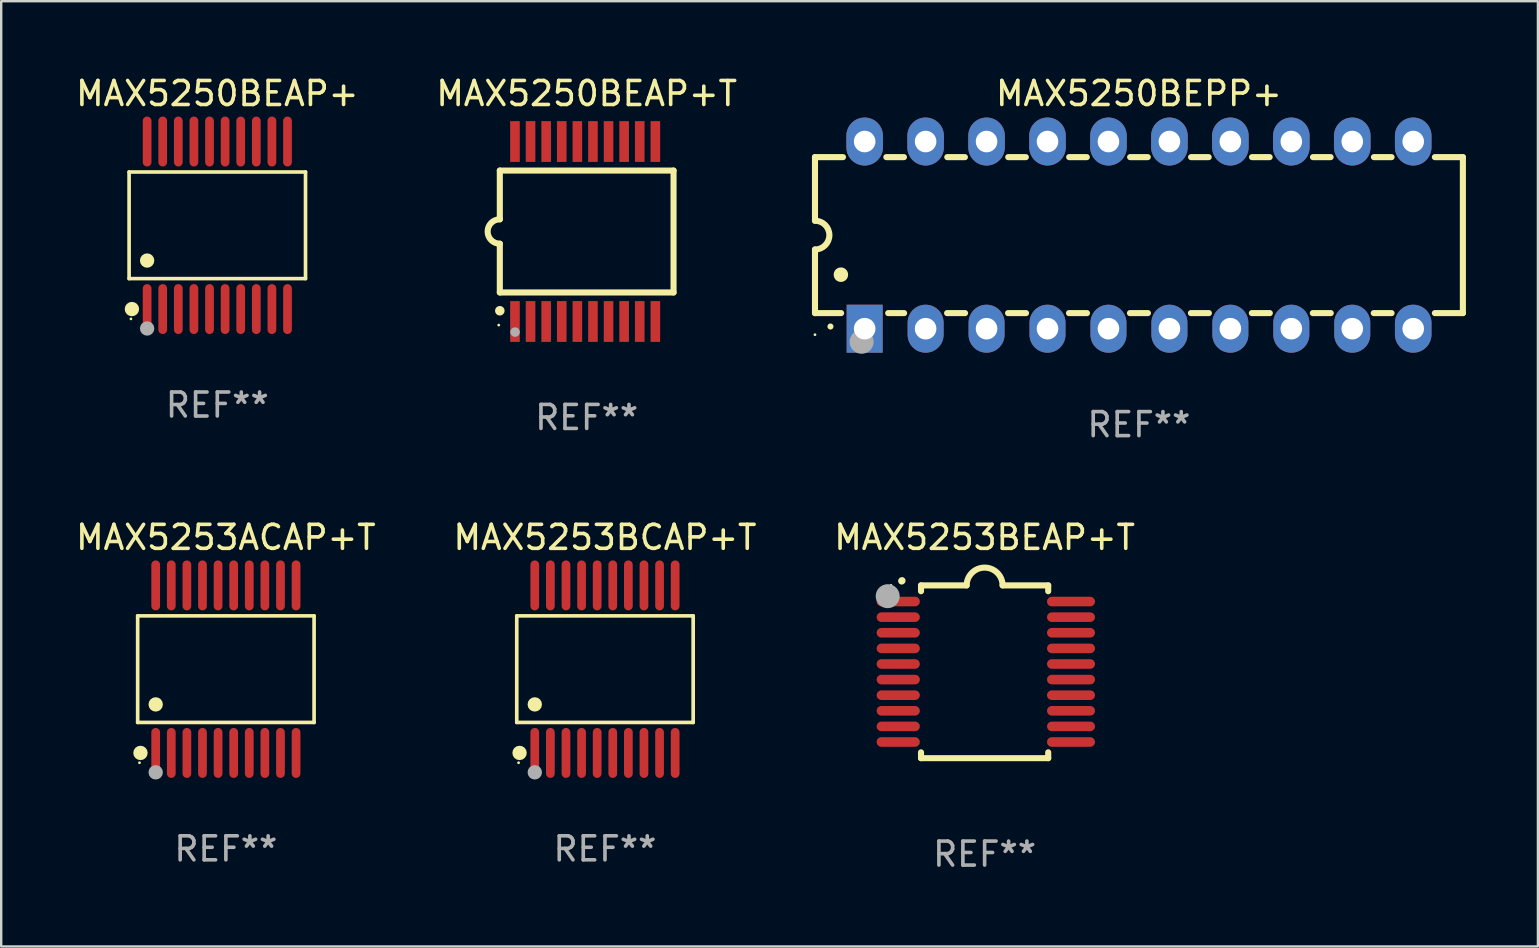
<source format=kicad_pcb>
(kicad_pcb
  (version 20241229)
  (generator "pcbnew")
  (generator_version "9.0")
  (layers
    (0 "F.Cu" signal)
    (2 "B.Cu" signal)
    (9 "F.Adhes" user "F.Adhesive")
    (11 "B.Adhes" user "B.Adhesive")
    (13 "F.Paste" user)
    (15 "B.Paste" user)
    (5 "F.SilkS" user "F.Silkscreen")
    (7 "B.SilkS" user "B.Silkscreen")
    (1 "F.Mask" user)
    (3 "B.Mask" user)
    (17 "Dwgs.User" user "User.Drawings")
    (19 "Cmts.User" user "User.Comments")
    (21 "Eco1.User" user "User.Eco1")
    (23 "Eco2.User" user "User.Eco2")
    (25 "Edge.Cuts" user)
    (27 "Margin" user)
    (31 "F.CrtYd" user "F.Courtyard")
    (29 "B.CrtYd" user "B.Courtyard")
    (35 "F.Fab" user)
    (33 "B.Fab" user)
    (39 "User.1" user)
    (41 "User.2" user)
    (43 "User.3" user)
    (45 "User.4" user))
  (footprint "MAX5253ACAP+T"
    (layer "F.Cu")
    (at 6.363 24.836)
    (property "Reference" "MAX5253ACAP+T" (at 0 -5.491 0) (layer "F.SilkS") (effects (font (size 1 1) (thickness 0.15))))
    (attr through_hole)
    (fp_line (start -3.676 -2.221) (end 3.676 -2.221) (stroke (width 0.152) (type solid)) (layer "F.SilkS"))
    (fp_line (start -3.676 2.221) (end -3.676 -2.221) (stroke (width 0.152) (type solid)) (layer "F.SilkS"))
    (fp_line (start 3.676 -2.221) (end 3.676 2.221) (stroke (width 0.152) (type solid)) (layer "F.SilkS"))
    (fp_line (start 3.676 2.221) (end -3.676 2.221) (stroke (width 0.152) (type solid)) (layer "F.SilkS"))
    (fp_circle (center -3.6 3.9) (end -3.57 3.9) (stroke (width 0.06) (type solid)) (fill no) (layer "F.SilkS"))
    (fp_circle (center -3.559 3.491) (end -3.409 3.491) (stroke (width 0.3) (type solid)) (fill no) (layer "F.SilkS"))
    (fp_circle (center -2.925 1.469) (end -2.775 1.469) (stroke (width 0.3) (type solid)) (fill no) (layer "F.SilkS"))
    (fp_circle (center -2.925 4.3) (end -2.775 4.3) (stroke (width 0.3) (type solid)) (fill no) (layer "F.Fab"))
    (fp_text user "REF**" (at 0 7.491 0) (layer "F.Fab") (effects (font (size 1 1) (thickness 0.15))))
    (pad "1" smd oval (at -2.925 3.491) (size 0.364 2.082) (layers "F.Cu" "F.Mask" "F.Paste"))
    (pad "2" smd oval (at -2.275 3.491) (size 0.364 2.082) (layers "F.Cu" "F.Mask" "F.Paste"))
    (pad "3" smd oval (at -1.625 3.491) (size 0.364 2.082) (layers "F.Cu" "F.Mask" "F.Paste"))
    (pad "4" smd oval (at -0.975 3.491) (size 0.364 2.082) (layers "F.Cu" "F.Mask" "F.Paste"))
    (pad "5" smd oval (at -0.325 3.491) (size 0.364 2.082) (layers "F.Cu" "F.Mask" "F.Paste"))
    (pad "6" smd oval (at 0.325 3.491) (size 0.364 2.082) (layers "F.Cu" "F.Mask" "F.Paste"))
    (pad "7" smd oval (at 0.975 3.491) (size 0.364 2.082) (layers "F.Cu" "F.Mask" "F.Paste"))
    (pad "8" smd oval (at 1.625 3.491) (size 0.364 2.082) (layers "F.Cu" "F.Mask" "F.Paste"))
    (pad "9" smd oval (at 2.275 3.491) (size 0.364 2.082) (layers "F.Cu" "F.Mask" "F.Paste"))
    (pad "10" smd oval (at 2.925 3.491) (size 0.364 2.082) (layers "F.Cu" "F.Mask" "F.Paste"))
    (pad "11" smd oval (at 2.925 -3.491) (size 0.364 2.082) (layers "F.Cu" "F.Mask" "F.Paste"))
    (pad "12" smd oval (at 2.275 -3.491) (size 0.364 2.082) (layers "F.Cu" "F.Mask" "F.Paste"))
    (pad "13" smd oval (at 1.625 -3.491) (size 0.364 2.082) (layers "F.Cu" "F.Mask" "F.Paste"))
    (pad "14" smd oval (at 0.975 -3.491) (size 0.364 2.082) (layers "F.Cu" "F.Mask" "F.Paste"))
    (pad "15" smd oval (at 0.325 -3.491) (size 0.364 2.082) (layers "F.Cu" "F.Mask" "F.Paste"))
    (pad "16" smd oval (at -0.325 -3.491) (size 0.364 2.082) (layers "F.Cu" "F.Mask" "F.Paste"))
    (pad "17" smd oval (at -0.975 -3.491) (size 0.364 2.082) (layers "F.Cu" "F.Mask" "F.Paste"))
    (pad "18" smd oval (at -1.625 -3.491) (size 0.364 2.082) (layers "F.Cu" "F.Mask" "F.Paste"))
    (pad "19" smd oval (at -2.275 -3.491) (size 0.364 2.082) (layers "F.Cu" "F.Mask" "F.Paste"))
    (pad "20" smd oval (at -2.925 -3.491) (size 0.364 2.082) (layers "F.Cu" "F.Mask" "F.Paste")))
  (footprint "MAX5250BEPP+"
    (layer "F.Cu")
    (at 44.413 6.748)
    (property "Reference" "MAX5250BEPP+" (at 0 -5.9 0) (layer "F.SilkS") (effects (font (size 1 1) (thickness 0.15))))
    (attr through_hole)
    (fp_line (start -13.5 -3.25) (end -12.333 -3.25) (stroke (width 0.254) (type solid)) (layer "F.SilkS"))
    (fp_line (start -13.5 -0.6) (end -13.5 -3.25) (stroke (width 0.254) (type solid)) (layer "F.SilkS"))
    (fp_line (start -13.5 3.25) (end -13.5 0.6) (stroke (width 0.254) (type solid)) (layer "F.SilkS"))
    (fp_line (start -13.5 3.25) (end -12.411 3.25) (stroke (width 0.254) (type solid)) (layer "F.SilkS"))
    (fp_line (start -10.527 -3.25) (end -9.793 -3.25) (stroke (width 0.254) (type solid)) (layer "F.SilkS"))
    (fp_line (start -10.449 3.25) (end -9.786 3.25) (stroke (width 0.254) (type solid)) (layer "F.SilkS"))
    (fp_line (start -7.994 3.25) (end -7.246 3.25) (stroke (width 0.254) (type solid)) (layer "F.SilkS"))
    (fp_line (start -7.987 -3.25) (end -7.253 -3.25) (stroke (width 0.254) (type solid)) (layer "F.SilkS"))
    (fp_line (start -5.454 3.25) (end -4.706 3.25) (stroke (width 0.254) (type solid)) (layer "F.SilkS"))
    (fp_line (start -5.447 -3.25) (end -4.713 -3.25) (stroke (width 0.254) (type solid)) (layer "F.SilkS"))
    (fp_line (start -2.914 3.25) (end -2.166 3.25) (stroke (width 0.254) (type solid)) (layer "F.SilkS"))
    (fp_line (start -2.907 -3.25) (end -2.173 -3.25) (stroke (width 0.254) (type solid)) (layer "F.SilkS"))
    (fp_line (start -0.374 3.25) (end 0.374 3.25) (stroke (width 0.254) (type solid)) (layer "F.SilkS"))
    (fp_line (start -0.367 -3.25) (end 0.367 -3.25) (stroke (width 0.254) (type solid)) (layer "F.SilkS"))
    (fp_line (start 2.166 3.25) (end 2.914 3.25) (stroke (width 0.254) (type solid)) (layer "F.SilkS"))
    (fp_line (start 2.173 -3.25) (end 2.907 -3.25) (stroke (width 0.254) (type solid)) (layer "F.SilkS"))
    (fp_line (start 4.706 3.25) (end 5.454 3.25) (stroke (width 0.254) (type solid)) (layer "F.SilkS"))
    (fp_line (start 4.713 -3.25) (end 5.447 -3.25) (stroke (width 0.254) (type solid)) (layer "F.SilkS"))
    (fp_line (start 7.246 3.25) (end 7.994 3.25) (stroke (width 0.254) (type solid)) (layer "F.SilkS"))
    (fp_line (start 7.253 -3.25) (end 7.987 -3.25) (stroke (width 0.254) (type solid)) (layer "F.SilkS"))
    (fp_line (start 9.786 3.25) (end 10.527 3.25) (stroke (width 0.254) (type solid)) (layer "F.SilkS"))
    (fp_line (start 9.793 -3.25) (end 10.527 -3.25) (stroke (width 0.254) (type solid)) (layer "F.SilkS"))
    (fp_line (start 12.333 -3.25) (end 13.5 -3.25) (stroke (width 0.254) (type solid)) (layer "F.SilkS"))
    (fp_line (start 12.333 3.25) (end 13.5 3.25) (stroke (width 0.254) (type solid)) (layer "F.SilkS"))
    (fp_line (start 13.5 -3.25) (end 13.5 3.25) (stroke (width 0.254) (type solid)) (layer "F.SilkS"))
    (fp_arc (start -13.500127 -0.599442) (mid -12.900406 0.000228) (end -13.500025 0.6) (stroke (width 0.254001) (type solid)) (layer "F.SilkS"))
    (fp_arc (start -12.854966 3.810008) (mid -12.854973 3.808738) (end -12.854966 3.807468) (stroke (width 0.25) (type solid)) (layer "F.SilkS"))
    (fp_arc (start -12.420625 1.651003) (mid -12.420636 1.648463) (end -12.420625 1.645923) (stroke (width 0.6) (type solid)) (layer "F.SilkS"))
    (fp_circle (center -13.5 4.15) (end -13.47 4.15) (stroke (width 0.06) (type solid)) (fill no) (layer "F.SilkS"))
    (fp_circle (center -11.557 4.445) (end -11.307 4.445) (stroke (width 0.5) (type solid)) (fill no) (layer "F.Fab"))
    (fp_text user "REF**" (at 0 7.9 0) (layer "F.Fab") (effects (font (size 1 1) (thickness 0.15))))
    (pad "1" thru_hole rect (at -11.43 3.9 90) (size 2 1.5) (drill 0.9) (layers "*.Cu" "*.Mask"))
    (pad "2" thru_hole oval (at -8.89 3.9 90) (size 2 1.5) (drill 0.9) (layers "*.Cu" "*.Mask"))
    (pad "3" thru_hole oval (at -6.35 3.9 90) (size 2 1.5) (drill 0.9) (layers "*.Cu" "*.Mask"))
    (pad "4" thru_hole oval (at -3.81 3.9 90) (size 2 1.5) (drill 0.9) (layers "*.Cu" "*.Mask"))
    (pad "5" thru_hole oval (at -1.27 3.9 90) (size 2 1.5) (drill 0.9) (layers "*.Cu" "*.Mask"))
    (pad "6" thru_hole oval (at 1.27 3.9 90) (size 2 1.5) (drill 0.9) (layers "*.Cu" "*.Mask"))
    (pad "7" thru_hole oval (at 3.81 3.9 90) (size 2 1.5) (drill 0.9) (layers "*.Cu" "*.Mask"))
    (pad "8" thru_hole oval (at 6.35 3.9 90) (size 2 1.5) (drill 0.9) (layers "*.Cu" "*.Mask"))
    (pad "9" thru_hole oval (at 8.89 3.9 90) (size 2 1.5) (drill 0.9) (layers "*.Cu" "*.Mask"))
    (pad "10" thru_hole oval (at 11.43 3.9 90) (size 2 1.524) (drill 0.9) (layers "*.Cu" "*.Mask"))
    (pad "11" thru_hole oval (at 11.43 -3.9 90) (size 2 1.524) (drill 0.9) (layers "*.Cu" "*.Mask"))
    (pad "12" thru_hole oval (at 8.89 -3.9 90) (size 2 1.524) (drill 0.9) (layers "*.Cu" "*.Mask"))
    (pad "13" thru_hole oval (at 6.35 -3.9 90) (size 2 1.524) (drill 0.9) (layers "*.Cu" "*.Mask"))
    (pad "14" thru_hole oval (at 3.81 -3.9 90) (size 2 1.524) (drill 0.9) (layers "*.Cu" "*.Mask"))
    (pad "15" thru_hole oval (at 1.27 -3.9 90) (size 2 1.524) (drill 0.9) (layers "*.Cu" "*.Mask"))
    (pad "16" thru_hole oval (at -1.27 -3.9 90) (size 2 1.524) (drill 0.9) (layers "*.Cu" "*.Mask"))
    (pad "17" thru_hole oval (at -3.81 -3.9 90) (size 2 1.524) (drill 0.9) (layers "*.Cu" "*.Mask"))
    (pad "18" thru_hole oval (at -6.35 -3.9 90) (size 2 1.524) (drill 0.9) (layers "*.Cu" "*.Mask"))
    (pad "19" thru_hole oval (at -8.89 -3.9 90) (size 2 1.524) (drill 0.9) (layers "*.Cu" "*.Mask"))
    (pad "20" thru_hole oval (at -11.43 -3.9 90) (size 2 1.524) (drill 0.9) (layers "*.Cu" "*.Mask")))
  (footprint "MAX5253BCAP+T"
    (layer "F.Cu")
    (at 22.161 24.836)
    (property "Reference" "MAX5253BCAP+T" (at 0 -5.491 0) (layer "F.SilkS") (effects (font (size 1 1) (thickness 0.15))))
    (attr through_hole)
    (fp_line (start -3.676 -2.221) (end 3.676 -2.221) (stroke (width 0.152) (type solid)) (layer "F.SilkS"))
    (fp_line (start -3.676 2.221) (end -3.676 -2.221) (stroke (width 0.152) (type solid)) (layer "F.SilkS"))
    (fp_line (start 3.676 -2.221) (end 3.676 2.221) (stroke (width 0.152) (type solid)) (layer "F.SilkS"))
    (fp_line (start 3.676 2.221) (end -3.676 2.221) (stroke (width 0.152) (type solid)) (layer "F.SilkS"))
    (fp_circle (center -3.6 3.9) (end -3.57 3.9) (stroke (width 0.06) (type solid)) (fill no) (layer "F.SilkS"))
    (fp_circle (center -3.559 3.491) (end -3.409 3.491) (stroke (width 0.3) (type solid)) (fill no) (layer "F.SilkS"))
    (fp_circle (center -2.925 1.469) (end -2.775 1.469) (stroke (width 0.3) (type solid)) (fill no) (layer "F.SilkS"))
    (fp_circle (center -2.925 4.3) (end -2.775 4.3) (stroke (width 0.3) (type solid)) (fill no) (layer "F.Fab"))
    (fp_text user "REF**" (at 0 7.491 0) (layer "F.Fab") (effects (font (size 1 1) (thickness 0.15))))
    (pad "1" smd oval (at -2.925 3.491) (size 0.364 2.082) (layers "F.Cu" "F.Mask" "F.Paste"))
    (pad "2" smd oval (at -2.275 3.491) (size 0.364 2.082) (layers "F.Cu" "F.Mask" "F.Paste"))
    (pad "3" smd oval (at -1.625 3.491) (size 0.364 2.082) (layers "F.Cu" "F.Mask" "F.Paste"))
    (pad "4" smd oval (at -0.975 3.491) (size 0.364 2.082) (layers "F.Cu" "F.Mask" "F.Paste"))
    (pad "5" smd oval (at -0.325 3.491) (size 0.364 2.082) (layers "F.Cu" "F.Mask" "F.Paste"))
    (pad "6" smd oval (at 0.325 3.491) (size 0.364 2.082) (layers "F.Cu" "F.Mask" "F.Paste"))
    (pad "7" smd oval (at 0.975 3.491) (size 0.364 2.082) (layers "F.Cu" "F.Mask" "F.Paste"))
    (pad "8" smd oval (at 1.625 3.491) (size 0.364 2.082) (layers "F.Cu" "F.Mask" "F.Paste"))
    (pad "9" smd oval (at 2.275 3.491) (size 0.364 2.082) (layers "F.Cu" "F.Mask" "F.Paste"))
    (pad "10" smd oval (at 2.925 3.491) (size 0.364 2.082) (layers "F.Cu" "F.Mask" "F.Paste"))
    (pad "11" smd oval (at 2.925 -3.491) (size 0.364 2.082) (layers "F.Cu" "F.Mask" "F.Paste"))
    (pad "12" smd oval (at 2.275 -3.491) (size 0.364 2.082) (layers "F.Cu" "F.Mask" "F.Paste"))
    (pad "13" smd oval (at 1.625 -3.491) (size 0.364 2.082) (layers "F.Cu" "F.Mask" "F.Paste"))
    (pad "14" smd oval (at 0.975 -3.491) (size 0.364 2.082) (layers "F.Cu" "F.Mask" "F.Paste"))
    (pad "15" smd oval (at 0.325 -3.491) (size 0.364 2.082) (layers "F.Cu" "F.Mask" "F.Paste"))
    (pad "16" smd oval (at -0.325 -3.491) (size 0.364 2.082) (layers "F.Cu" "F.Mask" "F.Paste"))
    (pad "17" smd oval (at -0.975 -3.491) (size 0.364 2.082) (layers "F.Cu" "F.Mask" "F.Paste"))
    (pad "18" smd oval (at -1.625 -3.491) (size 0.364 2.082) (layers "F.Cu" "F.Mask" "F.Paste"))
    (pad "19" smd oval (at -2.275 -3.491) (size 0.364 2.082) (layers "F.Cu" "F.Mask" "F.Paste"))
    (pad "20" smd oval (at -2.925 -3.491) (size 0.364 2.082) (layers "F.Cu" "F.Mask" "F.Paste")))
  (footprint "MAX5253BEAP+T"
    (layer "F.Cu")
    (at 37.982 24.945)
    (property "Reference" "MAX5253BEAP+T" (at 0 -5.6 0) (layer "F.SilkS") (effects (font (size 1 1) (thickness 0.15))))
    (attr through_hole)
    (fp_line (start -2.65 -3.6) (end -2.65 -3.357) (stroke (width 0.254) (type solid)) (layer "F.SilkS"))
    (fp_line (start -2.65 -3.6) (end -0.75 -3.6) (stroke (width 0.254) (type solid)) (layer "F.SilkS"))
    (fp_line (start -2.65 3.357) (end -2.65 3.6) (stroke (width 0.254) (type solid)) (layer "F.SilkS"))
    (fp_line (start 2.65 -3.6) (end 0.75 -3.6) (stroke (width 0.254) (type solid)) (layer "F.SilkS"))
    (fp_line (start 2.65 -3.6) (end 2.65 -3.357) (stroke (width 0.254) (type solid)) (layer "F.SilkS"))
    (fp_line (start 2.65 3.357) (end 2.65 3.6) (stroke (width 0.254) (type solid)) (layer "F.SilkS"))
    (fp_line (start 2.65 3.6) (end -2.65 3.6) (stroke (width 0.254) (type solid)) (layer "F.SilkS"))
    (fp_arc (start -3.454407 -3.784608) (mid -3.449499 -3.78986) (end -3.444247 -3.794768) (stroke (width 0.3) (type solid)) (layer "F.SilkS"))
    (fp_arc (start -0.749301 -3.599186) (mid -0.000051 -4.348844) (end 0.750013 -3.6) (stroke (width 0.254001) (type solid)) (layer "F.SilkS"))
    (fp_circle (center -3.9 -3.6) (end -3.87 -3.6) (stroke (width 0.06) (type solid)) (fill no) (layer "F.SilkS"))
    (fp_circle (center -4.039 -3.15) (end -3.789 -3.15) (stroke (width 0.5) (type solid)) (fill no) (layer "F.Fab"))
    (fp_text user "REF**" (at 0 7.6 0) (layer "F.Fab") (effects (font (size 1 1) (thickness 0.15))))
    (pad "1" smd oval (at -3.6 -2.926 90) (size 0.4 1.8) (layers "F.Cu" "F.Mask" "F.Paste"))
    (pad "2" smd oval (at -3.6 -2.276 90) (size 0.4 1.8) (layers "F.Cu" "F.Mask" "F.Paste"))
    (pad "3" smd oval (at -3.6 -1.626 90) (size 0.4 1.8) (layers "F.Cu" "F.Mask" "F.Paste"))
    (pad "4" smd oval (at -3.6 -0.975 90) (size 0.4 1.8) (layers "F.Cu" "F.Mask" "F.Paste"))
    (pad "5" smd oval (at -3.6 -0.325 90) (size 0.4 1.8) (layers "F.Cu" "F.Mask" "F.Paste"))
    (pad "6" smd oval (at -3.6 0.325 90) (size 0.4 1.8) (layers "F.Cu" "F.Mask" "F.Paste"))
    (pad "7" smd oval (at -3.6 0.975 90) (size 0.4 1.8) (layers "F.Cu" "F.Mask" "F.Paste"))
    (pad "8" smd oval (at -3.6 1.626 90) (size 0.4 1.8) (layers "F.Cu" "F.Mask" "F.Paste"))
    (pad "9" smd oval (at -3.6 2.276 90) (size 0.4 1.8) (layers "F.Cu" "F.Mask" "F.Paste"))
    (pad "10" smd oval (at -3.6 2.926 90) (size 0.4 1.8) (layers "F.Cu" "F.Mask" "F.Paste"))
    (pad "11" smd oval (at 3.6 2.926 90) (size 0.4 2) (layers "F.Cu" "F.Mask" "F.Paste"))
    (pad "12" smd oval (at 3.6 2.276 90) (size 0.4 2) (layers "F.Cu" "F.Mask" "F.Paste"))
    (pad "13" smd oval (at 3.6 1.626 90) (size 0.4 2) (layers "F.Cu" "F.Mask" "F.Paste"))
    (pad "14" smd oval (at 3.6 0.975 90) (size 0.4 2) (layers "F.Cu" "F.Mask" "F.Paste"))
    (pad "15" smd oval (at 3.6 0.325 90) (size 0.4 2) (layers "F.Cu" "F.Mask" "F.Paste"))
    (pad "16" smd oval (at 3.6 -0.325 90) (size 0.4 2) (layers "F.Cu" "F.Mask" "F.Paste"))
    (pad "17" smd oval (at 3.6 -0.975 90) (size 0.4 2) (layers "F.Cu" "F.Mask" "F.Paste"))
    (pad "18" smd oval (at 3.6 -1.626 90) (size 0.4 2) (layers "F.Cu" "F.Mask" "F.Paste"))
    (pad "19" smd oval (at 3.6 -2.276 90) (size 0.4 2) (layers "F.Cu" "F.Mask" "F.Paste"))
    (pad "20" smd oval (at 3.6 -2.926 90) (size 0.4 2) (layers "F.Cu" "F.Mask" "F.Paste")))
  (footprint "MAX5250BEAP+T"
    (layer "F.Cu")
    (at 21.399 6.598)
    (property "Reference" "MAX5250BEAP+T" (at 0 -5.75 0) (layer "F.SilkS") (effects (font (size 1 1) (thickness 0.15))))
    (attr through_hole)
    (fp_line (start -3.62 -2.54) (end 3.62 -2.54) (stroke (width 0.254) (type solid)) (layer "F.SilkS"))
    (fp_line (start -3.62 -0.508) (end -3.62 -2.54) (stroke (width 0.254) (type solid)) (layer "F.SilkS"))
    (fp_line (start -3.62 2.54) (end -3.62 0.508) (stroke (width 0.254) (type solid)) (layer "F.SilkS"))
    (fp_line (start 3.62 -2.54) (end 3.62 2.54) (stroke (width 0.254) (type solid)) (layer "F.SilkS"))
    (fp_line (start 3.62 2.54) (end -3.62 2.54) (stroke (width 0.254) (type solid)) (layer "F.SilkS"))
    (fp_arc (start -3.619507 0.508052) (mid -4.125607 0.000051) (end -3.619507 -0.50795) (stroke (width 0.254001) (type solid)) (layer "F.SilkS"))
    (fp_circle (center -3.664 3.9) (end -3.634 3.9) (stroke (width 0.06) (type solid)) (fill no) (layer "F.SilkS"))
    (fp_circle (center -3.62 3.302) (end -3.52 3.302) (stroke (width 0.2) (type solid)) (fill no) (layer "F.SilkS"))
    (fp_circle (center -2.985 4.191) (end -2.885 4.191) (stroke (width 0.2) (type solid)) (fill no) (layer "F.Fab"))
    (fp_text user "REF**" (at 0 7.75 0) (layer "F.Fab") (effects (font (size 1 1) (thickness 0.15))))
    (pad "1" smd rect (at -2.989 3.75) (size 0.4 1.7) (layers "F.Cu" "F.Mask" "F.Paste"))
    (pad "2" smd rect (at -2.339 3.75) (size 0.4 1.7) (layers "F.Cu" "F.Mask" "F.Paste"))
    (pad "3" smd rect (at -1.689 3.75) (size 0.4 1.7) (layers "F.Cu" "F.Mask" "F.Paste"))
    (pad "4" smd rect (at -1.039 3.75) (size 0.4 1.7) (layers "F.Cu" "F.Mask" "F.Paste"))
    (pad "5" smd rect (at -0.389 3.75) (size 0.4 1.7) (layers "F.Cu" "F.Mask" "F.Paste"))
    (pad "6" smd rect (at 0.261 3.75) (size 0.4 1.7) (layers "F.Cu" "F.Mask" "F.Paste"))
    (pad "7" smd rect (at 0.911 3.75) (size 0.4 1.7) (layers "F.Cu" "F.Mask" "F.Paste"))
    (pad "8" smd rect (at 1.561 3.75) (size 0.4 1.7) (layers "F.Cu" "F.Mask" "F.Paste"))
    (pad "9" smd rect (at 2.211 3.75) (size 0.4 1.7) (layers "F.Cu" "F.Mask" "F.Paste"))
    (pad "10" smd rect (at 2.862 3.75) (size 0.4 1.7) (layers "F.Cu" "F.Mask" "F.Paste"))
    (pad "11" smd rect (at 2.862 -3.75) (size 0.4 1.7) (layers "F.Cu" "F.Mask" "F.Paste"))
    (pad "12" smd rect (at 2.211 -3.75) (size 0.4 1.7) (layers "F.Cu" "F.Mask" "F.Paste"))
    (pad "13" smd rect (at 1.561 -3.75) (size 0.4 1.7) (layers "F.Cu" "F.Mask" "F.Paste"))
    (pad "14" smd rect (at 0.911 -3.75) (size 0.4 1.7) (layers "F.Cu" "F.Mask" "F.Paste"))
    (pad "15" smd rect (at 0.261 -3.75) (size 0.4 1.7) (layers "F.Cu" "F.Mask" "F.Paste"))
    (pad "16" smd rect (at -0.389 -3.75) (size 0.4 1.7) (layers "F.Cu" "F.Mask" "F.Paste"))
    (pad "17" smd rect (at -1.039 -3.75) (size 0.4 1.7) (layers "F.Cu" "F.Mask" "F.Paste"))
    (pad "18" smd rect (at -1.689 -3.75) (size 0.4 1.7) (layers "F.Cu" "F.Mask" "F.Paste"))
    (pad "19" smd rect (at -2.339 -3.75) (size 0.4 1.7) (layers "F.Cu" "F.Mask" "F.Paste"))
    (pad "20" smd rect (at -2.989 -3.75) (size 0.4 1.7) (layers "F.Cu" "F.Mask" "F.Paste")))
  (footprint "MAX5250BEAP+"
    (layer "F.Cu")
    (at 6.006 6.339)
    (property "Reference" "MAX5250BEAP+" (at 0 -5.491 0) (layer "F.SilkS") (effects (font (size 1 1) (thickness 0.15))))
    (attr through_hole)
    (fp_line (start -3.676 -2.221) (end 3.676 -2.221) (stroke (width 0.152) (type solid)) (layer "F.SilkS"))
    (fp_line (start -3.676 2.221) (end -3.676 -2.221) (stroke (width 0.152) (type solid)) (layer "F.SilkS"))
    (fp_line (start 3.676 -2.221) (end 3.676 2.221) (stroke (width 0.152) (type solid)) (layer "F.SilkS"))
    (fp_line (start 3.676 2.221) (end -3.676 2.221) (stroke (width 0.152) (type solid)) (layer "F.SilkS"))
    (fp_circle (center -3.6 3.9) (end -3.57 3.9) (stroke (width 0.06) (type solid)) (fill no) (layer "F.SilkS"))
    (fp_circle (center -3.559 3.491) (end -3.409 3.491) (stroke (width 0.3) (type solid)) (fill no) (layer "F.SilkS"))
    (fp_circle (center -2.925 1.469) (end -2.775 1.469) (stroke (width 0.3) (type solid)) (fill no) (layer "F.SilkS"))
    (fp_circle (center -2.925 4.3) (end -2.775 4.3) (stroke (width 0.3) (type solid)) (fill no) (layer "F.Fab"))
    (fp_text user "REF**" (at 0 7.491 0) (layer "F.Fab") (effects (font (size 1 1) (thickness 0.15))))
    (pad "1" smd oval (at -2.925 3.491) (size 0.364 2.082) (layers "F.Cu" "F.Mask" "F.Paste"))
    (pad "2" smd oval (at -2.275 3.491) (size 0.364 2.082) (layers "F.Cu" "F.Mask" "F.Paste"))
    (pad "3" smd oval (at -1.625 3.491) (size 0.364 2.082) (layers "F.Cu" "F.Mask" "F.Paste"))
    (pad "4" smd oval (at -0.975 3.491) (size 0.364 2.082) (layers "F.Cu" "F.Mask" "F.Paste"))
    (pad "5" smd oval (at -0.325 3.491) (size 0.364 2.082) (layers "F.Cu" "F.Mask" "F.Paste"))
    (pad "6" smd oval (at 0.325 3.491) (size 0.364 2.082) (layers "F.Cu" "F.Mask" "F.Paste"))
    (pad "7" smd oval (at 0.975 3.491) (size 0.364 2.082) (layers "F.Cu" "F.Mask" "F.Paste"))
    (pad "8" smd oval (at 1.625 3.491) (size 0.364 2.082) (layers "F.Cu" "F.Mask" "F.Paste"))
    (pad "9" smd oval (at 2.275 3.491) (size 0.364 2.082) (layers "F.Cu" "F.Mask" "F.Paste"))
    (pad "10" smd oval (at 2.925 3.491) (size 0.364 2.082) (layers "F.Cu" "F.Mask" "F.Paste"))
    (pad "11" smd oval (at 2.925 -3.491) (size 0.364 2.082) (layers "F.Cu" "F.Mask" "F.Paste"))
    (pad "12" smd oval (at 2.275 -3.491) (size 0.364 2.082) (layers "F.Cu" "F.Mask" "F.Paste"))
    (pad "13" smd oval (at 1.625 -3.491) (size 0.364 2.082) (layers "F.Cu" "F.Mask" "F.Paste"))
    (pad "14" smd oval (at 0.975 -3.491) (size 0.364 2.082) (layers "F.Cu" "F.Mask" "F.Paste"))
    (pad "15" smd oval (at 0.325 -3.491) (size 0.364 2.082) (layers "F.Cu" "F.Mask" "F.Paste"))
    (pad "16" smd oval (at -0.325 -3.491) (size 0.364 2.082) (layers "F.Cu" "F.Mask" "F.Paste"))
    (pad "17" smd oval (at -0.975 -3.491) (size 0.364 2.082) (layers "F.Cu" "F.Mask" "F.Paste"))
    (pad "18" smd oval (at -1.625 -3.491) (size 0.364 2.082) (layers "F.Cu" "F.Mask" "F.Paste"))
    (pad "19" smd oval (at -2.275 -3.491) (size 0.364 2.082) (layers "F.Cu" "F.Mask" "F.Paste"))
    (pad "20" smd oval (at -2.925 -3.491) (size 0.364 2.082) (layers "F.Cu" "F.Mask" "F.Paste")))
  (gr_rect
    (start -3 -3)
    (end 61.04 36.393)
    (stroke (width 0.1) (type default))
    (fill no)
    (layer "Edge.Cuts")))
</source>
